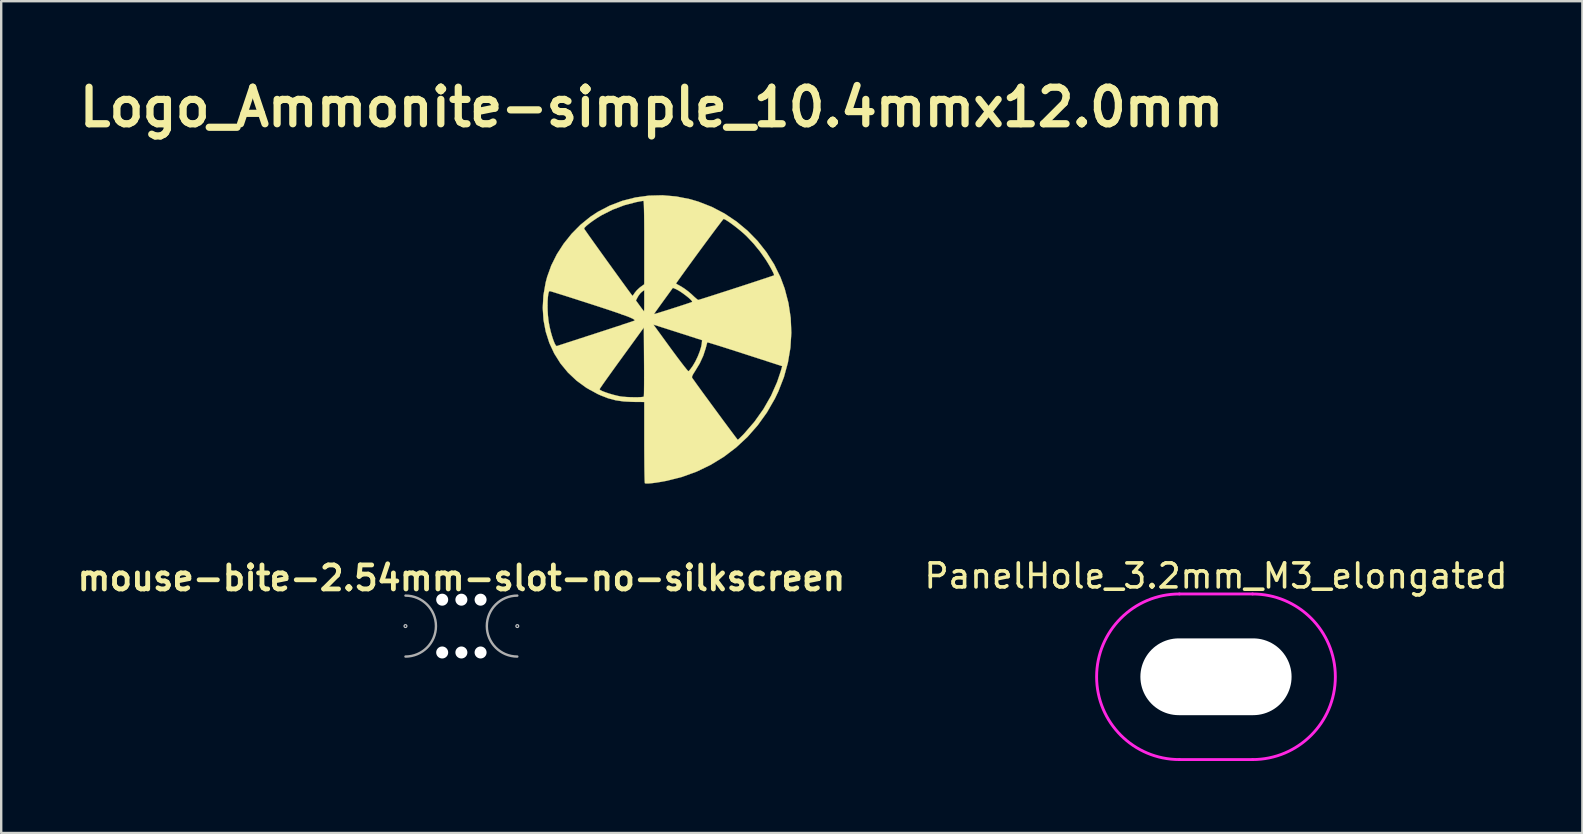
<source format=kicad_pcb>
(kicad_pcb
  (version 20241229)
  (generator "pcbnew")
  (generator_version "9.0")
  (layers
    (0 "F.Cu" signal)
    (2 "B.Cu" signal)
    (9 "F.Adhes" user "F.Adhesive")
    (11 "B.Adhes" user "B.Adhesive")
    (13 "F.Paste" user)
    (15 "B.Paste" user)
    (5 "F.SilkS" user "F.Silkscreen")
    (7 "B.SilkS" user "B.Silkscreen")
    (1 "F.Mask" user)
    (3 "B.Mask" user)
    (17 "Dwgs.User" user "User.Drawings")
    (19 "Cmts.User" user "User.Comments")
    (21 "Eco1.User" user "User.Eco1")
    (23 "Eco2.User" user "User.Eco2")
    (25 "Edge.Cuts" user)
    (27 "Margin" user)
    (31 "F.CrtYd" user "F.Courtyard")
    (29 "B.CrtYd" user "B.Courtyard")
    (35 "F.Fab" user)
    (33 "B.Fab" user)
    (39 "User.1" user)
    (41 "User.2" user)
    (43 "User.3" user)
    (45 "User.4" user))
  (footprint "PanelHole_3.2mm_M3_elongated"
    (layer "F.Cu")
    (at 47.62 25.151)
    (property "Reference" "PanelHole_3.2mm_M3_elongated" (at 0 -4.2 0) (layer "F.SilkS") (effects (font (size 1 1) (thickness 0.15))))
    (attr exclude_from_pos_files exclude_from_bom)
    (fp_line (start -1.524 -3.45) (end 1.524 -3.45) (stroke (width 0.12) (type solid)) (layer "F.CrtYd"))
    (fp_line (start -1.524 3.45) (end 1.524 3.45) (stroke (width 0.12) (type solid)) (layer "F.CrtYd"))
    (fp_arc (start -1.524 3.45) (mid -4.974 0) (end -1.524 -3.45) (stroke (width 0.12) (type solid)) (layer "F.CrtYd"))
    (fp_arc (start 1.524 -3.45) (mid 4.974 0) (end 1.524 3.45) (stroke (width 0.12) (type solid)) (layer "F.CrtYd"))
    (pad "" np_thru_hole oval (at 0 0) (size 6.3 3.2) (drill oval 6.3 3.2) (layers "*.Cu" "*.Mask")))
  (footprint "mouse-bite-2.54mm-slot-no-silkscreen"
    (layer "F.Cu")
    (at 16.176 23.039)
    (property "Reference" "mouse-bite-2.54mm-slot-no-silkscreen" (at 0 -2 0) (layer "F.SilkS") (effects (font (size 1 1) (thickness 0.2))))
    (attr through_hole)
    (fp_circle (center -2.33 0) (end -2.27 0) (stroke (width 0.05) (type solid)) (fill no) (layer "Dwgs.User"))
    (fp_circle (center 2.33 0) (end 2.33 -0.06) (stroke (width 0.05) (type solid)) (fill no) (layer "Dwgs.User"))
    (fp_line (start -2.33 0) (end -2.33 0) (stroke (width 2.54) (type solid)) (layer "Eco1.User"))
    (fp_line (start 2.33 0) (end 2.33 0) (stroke (width 2.54) (type solid)) (layer "Eco1.User"))
    (fp_arc (start -2.33 -1.27) (mid -1.06 0) (end -2.33 1.27) (stroke (width 0.1) (type solid)) (layer "F.Fab"))
    (fp_arc (start 2.33 1.27) (mid 1.06 0) (end 2.33 -1.27) (stroke (width 0.1) (type solid)) (layer "F.Fab"))
    (pad "" np_thru_hole circle (at -0.8 -1.1) (size 0.5 0.5) (drill 0.5) (layers "*.Cu" "*.Mask"))
    (pad "" np_thru_hole circle (at -0.8 1.1) (size 0.5 0.5) (drill 0.5) (layers "*.Cu" "*.Mask"))
    (pad "" np_thru_hole circle (at 0 -1.1) (size 0.5 0.5) (drill 0.5) (layers "*.Cu" "*.Mask"))
    (pad "" np_thru_hole circle (at 0 1.1) (size 0.5 0.5) (drill 0.5) (layers "*.Cu" "*.Mask"))
    (pad "" np_thru_hole circle (at 0.8 -1.1) (size 0.5 0.5) (drill 0.5) (layers "*.Cu" "*.Mask"))
    (pad "" np_thru_hole circle (at 0.8 1.1) (size 0.5 0.5) (drill 0.5) (layers "*.Cu" "*.Mask")))
  (footprint "Logo_Ammonite-simple_10.4mmx12.0mm"
    (layer "F.Cu")
    (at 24.101 10.054)
    (property "Reference" "Logo_Ammonite-simple_10.4mmx12.0mm" (at 0 -8.636 0) (layer "F.SilkS") (effects (font (size 1.524 1.524) (thickness 0.3))))
    (attr through_hole)
    (fp_poly (pts (xy 1.033 -4.917) (xy 1.603 -4.804) (xy 1.95 -4.702) (xy 2.512 -4.482) (xy 3.044 -4.204) (xy 3.541 -3.871) (xy 4.001 -3.489) (xy 4.418 -3.062) (xy 4.788 -2.594) (xy 5.107 -2.089) (xy 5.371 -1.552) (xy 5.547 -1.078) (xy 5.705 -0.472) (xy 5.798 0.143) (xy 5.824 0.763) (xy 5.786 1.384) (xy 5.682 2.001) (xy 5.515 2.61) (xy 5.283 3.207) (xy 5.138 3.508) (xy 4.808 4.082) (xy 4.426 4.614) (xy 3.998 5.102) (xy 3.525 5.541) (xy 3.012 5.931) (xy 2.462 6.267) (xy 1.879 6.548) (xy 1.267 6.77) (xy 0.635 6.93) (xy 0.397 6.974) (xy 0.181 7.009) (xy -0.005 7.032) (xy -0.15 7.044) (xy -0.245 7.042) (xy -0.279 7.031) (xy -0.284 6.993) (xy -0.289 6.894) (xy -0.293 6.74) (xy -0.297 6.538) (xy -0.3 6.295) (xy -0.302 6.017) (xy -0.304 5.711) (xy -0.305 5.383) (xy -0.305 5.326) (xy -0.305 3.647) (xy -0.787 3.643) (xy -1.159 3.625) (xy -1.491 3.577) (xy -1.808 3.493) (xy -2.133 3.367) (xy -2.253 3.312) (xy -2.606 3.117) (xy -2.167 3.117) (xy -2.136 3.15) (xy -2.052 3.193) (xy -1.926 3.242) (xy -1.771 3.294) (xy -1.6 3.344) (xy -1.425 3.388) (xy -1.308 3.412) (xy -1.196 3.427) (xy -1.05 3.439) (xy -0.886 3.446) (xy -0.72 3.45) (xy -0.565 3.449) (xy -0.437 3.443) (xy -0.351 3.433) (xy -0.324 3.423) (xy -0.32 3.386) (xy -0.316 3.289) (xy -0.314 3.137) (xy -0.312 2.94) (xy -0.311 2.703) (xy -0.311 2.627) (xy 1.684 2.627) (xy 1.718 2.678) (xy 1.786 2.773) (xy 1.882 2.908) (xy 2.003 3.075) (xy 2.142 3.267) (xy 2.297 3.478) (xy 2.461 3.702) (xy 2.63 3.932) (xy 2.799 4.162) (xy 2.963 4.385) (xy 3.119 4.595) (xy 3.26 4.785) (xy 3.382 4.949) (xy 3.48 5.08) (xy 3.551 5.172) (xy 3.587 5.217) (xy 3.592 5.222) (xy 3.624 5.199) (xy 3.69 5.136) (xy 3.782 5.045) (xy 3.855 4.97) (xy 4.287 4.47) (xy 4.662 3.942) (xy 4.978 3.389) (xy 5.231 2.817) (xy 5.385 2.359) (xy 5.444 2.154) (xy 3.89 1.651) (xy 3.58 1.551) (xy 3.29 1.458) (xy 3.027 1.374) (xy 2.796 1.301) (xy 2.604 1.242) (xy 2.458 1.197) (xy 2.362 1.169) (xy 2.325 1.161) (xy 2.325 1.161) (xy 2.311 1.198) (xy 2.288 1.284) (xy 2.258 1.399) (xy 2.255 1.41) (xy 2.154 1.72) (xy 2.006 2.041) (xy 1.82 2.348) (xy 1.817 2.353) (xy 1.734 2.483) (xy 1.689 2.577) (xy 1.684 2.627) (xy -0.311 2.627) (xy -0.311 2.434) (xy -0.312 2.14) (xy -0.313 1.974) (xy -0.322 0.545) (xy -1.244 1.814) (xy -1.432 2.073) (xy -1.607 2.316) (xy -1.765 2.537) (xy -1.903 2.73) (xy -2.016 2.89) (xy -2.1 3.012) (xy -2.152 3.09) (xy -2.167 3.117) (xy -2.606 3.117) (xy -2.711 3.06) (xy -3.122 2.761) (xy -3.484 2.42) (xy -3.796 2.041) (xy -4.055 1.629) (xy -4.261 1.186) (xy -4.41 0.718) (xy -4.503 0.229) (xy -4.535 -0.277) (xy -4.53 -0.363) (xy -4.334 -0.363) (xy -4.33 -0.16) (xy -4.318 0.044) (xy -4.297 0.238) (xy -4.284 0.328) (xy -4.246 0.526) (xy -4.2 0.722) (xy -4.147 0.907) (xy -4.093 1.069) (xy -4.041 1.199) (xy -3.994 1.285) (xy -3.956 1.318) (xy -3.949 1.317) (xy -3.91 1.304) (xy -3.814 1.272) (xy -3.665 1.224) (xy -3.471 1.16) (xy -3.237 1.085) (xy -2.971 0.998) (xy -2.679 0.903) (xy -2.366 0.802) (xy -2.32 0.787) (xy -2.006 0.685) (xy -1.712 0.589) (xy -1.444 0.501) (xy -1.208 0.423) (xy -1.202 0.421) (xy 0.077 0.421) (xy 0.789 1.4) (xy 0.955 1.625) (xy 1.108 1.831) (xy 1.246 2.013) (xy 1.362 2.163) (xy 1.453 2.276) (xy 1.513 2.346) (xy 1.538 2.366) (xy 1.573 2.334) (xy 1.633 2.26) (xy 1.706 2.158) (xy 1.719 2.139) (xy 1.823 1.962) (xy 1.922 1.757) (xy 2.005 1.547) (xy 2.065 1.353) (xy 2.089 1.229) (xy 2.107 1.073) (xy 1.435 0.856) (xy 1.205 0.782) (xy 0.972 0.707) (xy 0.751 0.637) (xy 0.562 0.576) (xy 0.419 0.531) (xy 0.077 0.421) (xy -1.202 0.421) (xy -1.011 0.358) (xy -0.859 0.307) (xy -0.758 0.273) (xy -0.714 0.257) (xy -0.713 0.256) (xy -0.708 0.235) (xy -0.732 0.208) (xy -0.79 0.174) (xy -0.885 0.13) (xy -1.021 0.075) (xy -1.202 0.009) (xy -1.271 -0.015) (xy 0.102 -0.015) (xy 0.132 -0.022) (xy 0.216 -0.046) (xy 0.344 -0.085) (xy 0.504 -0.135) (xy 0.686 -0.192) (xy 0.879 -0.254) (xy 1.074 -0.316) (xy 1.259 -0.376) (xy 1.423 -0.43) (xy 1.557 -0.475) (xy 1.65 -0.507) (xy 1.69 -0.523) (xy 1.691 -0.524) (xy 1.683 -0.557) (xy 1.629 -0.618) (xy 1.541 -0.698) (xy 1.43 -0.787) (xy 1.308 -0.878) (xy 1.185 -0.962) (xy 1.072 -1.028) (xy 1.007 -1.06) (xy 0.888 -1.11) (xy 0.495 -0.569) (xy 0.374 -0.402) (xy 0.269 -0.255) (xy 0.184 -0.137) (xy 0.127 -0.054) (xy 0.102 -0.016) (xy 0.102 -0.015) (xy -1.271 -0.015) (xy -1.431 -0.071) (xy -1.714 -0.167) (xy -2.053 -0.279) (xy -2.452 -0.409) (xy -2.518 -0.43) (xy -2.842 -0.535) (xy -2.996 -0.584) (xy -0.652 -0.584) (xy -0.487 -0.357) (xy -0.411 -0.253) (xy -0.351 -0.174) (xy -0.317 -0.132) (xy -0.313 -0.129) (xy -0.31 -0.161) (xy -0.307 -0.248) (xy -0.306 -0.378) (xy -0.305 -0.537) (xy -0.305 -0.572) (xy -0.305 -1.014) (xy -0.401 -0.946) (xy -0.476 -0.873) (xy -0.551 -0.771) (xy -0.574 -0.731) (xy -0.652 -0.584) (xy -2.996 -0.584) (xy -3.148 -0.633) (xy -3.429 -0.723) (xy -3.678 -0.802) (xy -3.89 -0.868) (xy -4.059 -0.921) (xy -4.177 -0.957) (xy -4.24 -0.974) (xy -4.248 -0.976) (xy -4.279 -0.944) (xy -4.303 -0.856) (xy -4.32 -0.722) (xy -4.331 -0.554) (xy -4.334 -0.363) (xy -4.53 -0.363) (xy -4.507 -0.796) (xy -4.415 -1.324) (xy -4.351 -1.569) (xy -4.18 -2.043) (xy -3.949 -2.506) (xy -3.664 -2.948) (xy -3.332 -3.363) (xy -3.119 -3.578) (xy -2.811 -3.578) (xy -2.792 -3.547) (xy -2.737 -3.469) (xy -2.653 -3.348) (xy -2.542 -3.191) (xy -2.409 -3.005) (xy -2.26 -2.796) (xy -2.098 -2.57) (xy -1.928 -2.333) (xy -1.755 -2.093) (xy -1.583 -1.854) (xy -1.417 -1.625) (xy -1.261 -1.409) (xy -1.12 -1.216) (xy -0.999 -1.049) (xy -0.901 -0.916) (xy -0.832 -0.823) (xy -0.796 -0.777) (xy -0.792 -0.773) (xy -0.773 -0.798) (xy -0.728 -0.863) (xy -0.7 -0.905) (xy -0.619 -1.004) (xy -0.512 -1.106) (xy -0.459 -1.148) (xy -0.305 -1.258) (xy -0.305 -1.287) (xy 1.016 -1.287) (xy 1.24 -1.162) (xy 1.373 -1.076) (xy 1.525 -0.963) (xy 1.665 -0.844) (xy 1.689 -0.821) (xy 1.79 -0.726) (xy 1.875 -0.653) (xy 1.93 -0.611) (xy 1.942 -0.605) (xy 1.979 -0.615) (xy 2.074 -0.643) (xy 2.22 -0.689) (xy 2.413 -0.75) (xy 2.644 -0.824) (xy 2.907 -0.909) (xy 3.197 -1.002) (xy 3.507 -1.103) (xy 3.53 -1.11) (xy 3.84 -1.211) (xy 4.131 -1.306) (xy 4.395 -1.393) (xy 4.627 -1.47) (xy 4.82 -1.534) (xy 4.968 -1.584) (xy 5.065 -1.617) (xy 5.103 -1.631) (xy 5.104 -1.632) (xy 5.099 -1.671) (xy 5.062 -1.756) (xy 5 -1.877) (xy 4.918 -2.024) (xy 4.821 -2.185) (xy 4.75 -2.297) (xy 4.515 -2.63) (xy 4.247 -2.957) (xy 3.967 -3.254) (xy 3.85 -3.364) (xy 3.715 -3.481) (xy 3.568 -3.601) (xy 3.418 -3.717) (xy 3.277 -3.82) (xy 3.154 -3.903) (xy 3.06 -3.959) (xy 3.006 -3.981) (xy 3.001 -3.98) (xy 2.975 -3.952) (xy 2.914 -3.875) (xy 2.823 -3.755) (xy 2.705 -3.6) (xy 2.567 -3.415) (xy 2.412 -3.207) (xy 2.245 -2.981) (xy 2.07 -2.744) (xy 1.893 -2.503) (xy 1.718 -2.263) (xy 1.549 -2.031) (xy 1.392 -1.814) (xy 1.25 -1.617) (xy 1.152 -1.479) (xy 1.016 -1.287) (xy -0.305 -1.287) (xy -0.305 -2.997) (xy -0.305 -3.439) (xy -0.307 -3.815) (xy -0.31 -4.124) (xy -0.315 -4.37) (xy -0.32 -4.552) (xy -0.327 -4.671) (xy -0.336 -4.729) (xy -0.34 -4.735) (xy -0.388 -4.729) (xy -0.484 -4.712) (xy -0.608 -4.688) (xy -0.636 -4.683) (xy -1.133 -4.553) (xy -1.621 -4.368) (xy -2.081 -4.136) (xy -2.278 -4.015) (xy -2.455 -3.895) (xy -2.605 -3.784) (xy -2.72 -3.689) (xy -2.791 -3.617) (xy -2.811 -3.578) (xy -3.119 -3.578) (xy -2.96 -3.739) (xy -2.554 -4.069) (xy -2.245 -4.274) (xy -1.743 -4.536) (xy -1.216 -4.737) (xy -0.669 -4.876) (xy -0.109 -4.953) (xy 0.46 -4.967) (xy 1.033 -4.917)) (stroke (width 0.01) (type solid)) (fill yes) (layer "F.SilkS")))
  (gr_rect
    (start -3 -3)
    (end 62.888 31.661)
    (stroke (width 0.1) (type default))
    (fill no)
    (layer "Edge.Cuts")))
</source>
